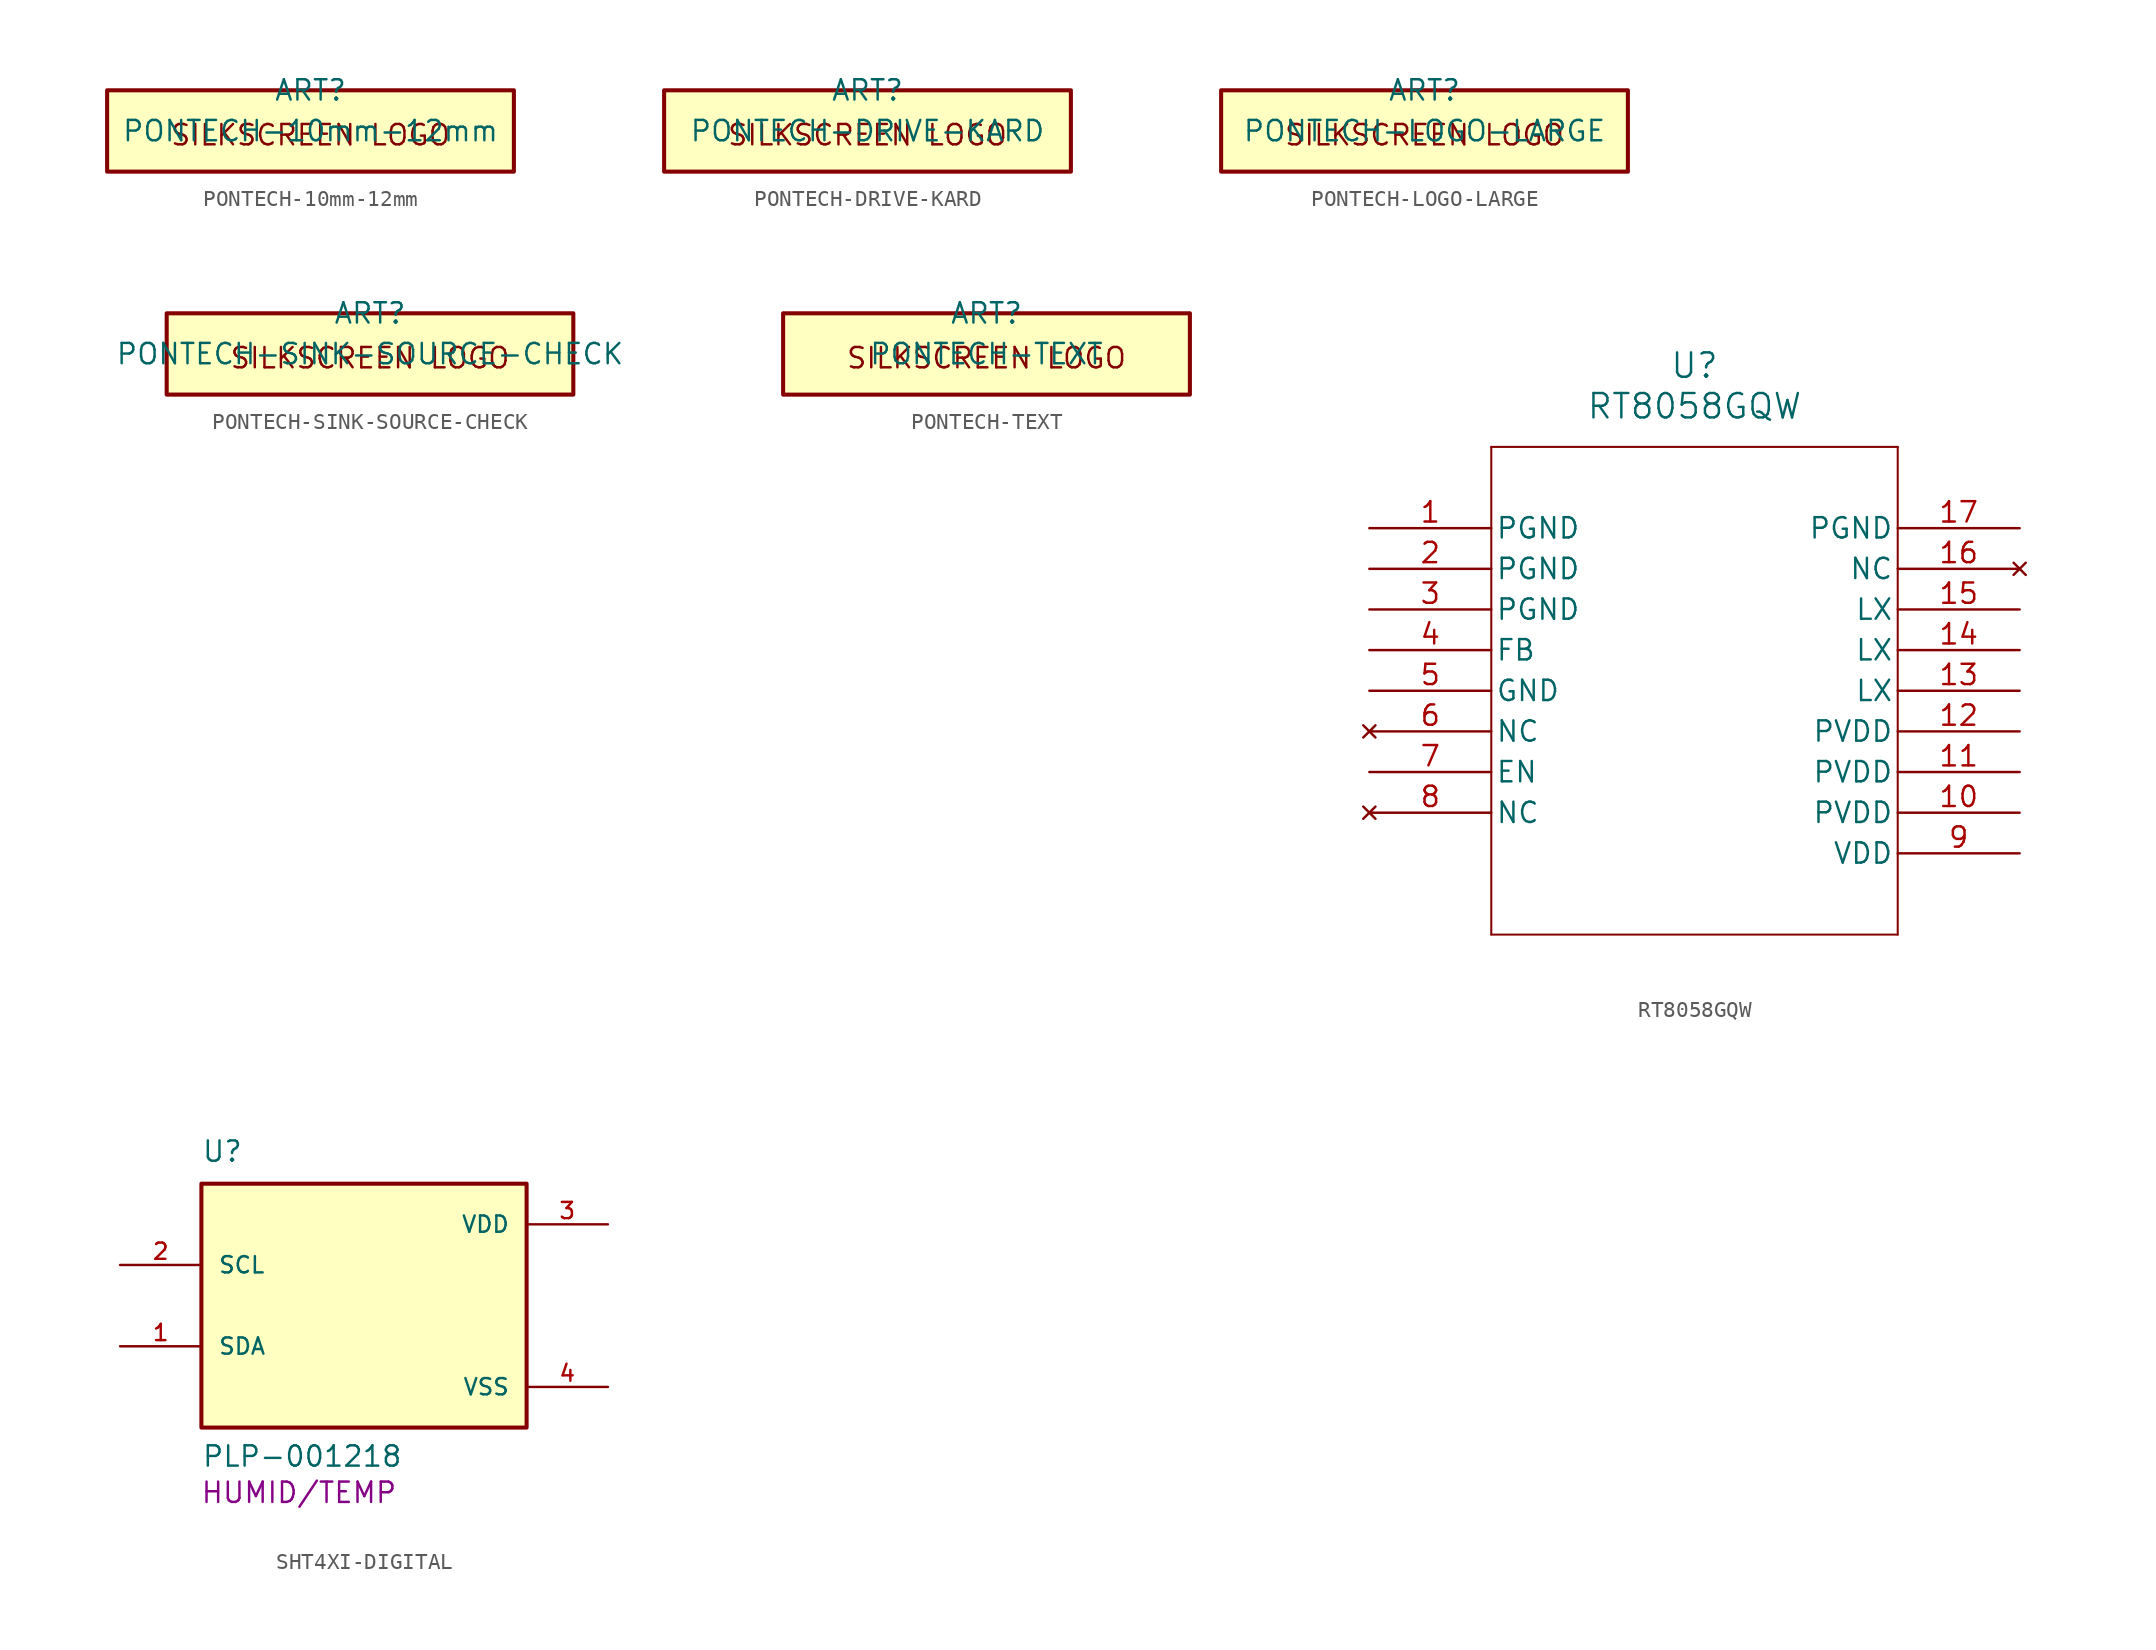
<source format=kicad_sym>
(kicad_symbol_lib
  (version 20241209)
  (generator "kicad_symbol_editor")
  (generator_version "9.0")
  (symbol "PONTECH-10mm-12mm"
    (pin_names
      (offset 1.016))
    (property "Reference" "ART"
      (at 0 2.54 0)
      (effects (font (size 1.27 1.27))))
    (property "Value" "PONTECH-10mm-12mm"
      (at 0 0 0)
      (effects (font (size 1.27 1.27))))
    (symbol "PONTECH-10mm-12mm_0_0"
      (rectangle (start -12.7 2.54) (end 12.7 -2.54) (stroke (width 0.254) (type default)) (fill (type background))))
    (symbol "PONTECH-10mm-12mm_1_1"
      (text "SILKSCREEN LOGO" (at 0 -0.254 0) (effects (font (size 1.27 1.27))))))
  (symbol "PONTECH-DRIVE-KARD"
    (pin_names
      (offset 1.016))
    (property "Reference" "ART"
      (at 0 2.54 0)
      (effects (font (size 1.27 1.27))))
    (property "Value" "PONTECH-DRIVE-KARD"
      (at 0 0 0)
      (effects (font (size 1.27 1.27))))
    (symbol "PONTECH-DRIVE-KARD_0_0"
      (rectangle (start -12.7 2.54) (end 12.7 -2.54) (stroke (width 0.254) (type default)) (fill (type background))))
    (symbol "PONTECH-DRIVE-KARD_1_1"
      (text "SILKSCREEN LOGO" (at 0 -0.254 0) (effects (font (size 1.27 1.27))))))
  (symbol "PONTECH-LOGO-LARGE"
    (pin_names
      (offset 1.016))
    (property "Reference" "ART"
      (at 0 2.54 0)
      (effects (font (size 1.27 1.27))))
    (property "Value" "PONTECH-LOGO-LARGE"
      (at 0 0 0)
      (effects (font (size 1.27 1.27))))
    (symbol "PONTECH-LOGO-LARGE_0_0"
      (rectangle (start -12.7 2.54) (end 12.7 -2.54) (stroke (width 0.254) (type default)) (fill (type background))))
    (symbol "PONTECH-LOGO-LARGE_1_1"
      (text "SILKSCREEN LOGO" (at 0 -0.254 0) (effects (font (size 1.27 1.27))))))
  (symbol "PONTECH-SINK-SOURCE-CHECK"
    (pin_names
      (offset 1.016))
    (property "Reference" "ART"
      (at 0 2.54 0)
      (effects (font (size 1.27 1.27))))
    (property "Value" "PONTECH-SINK-SOURCE-CHECK"
      (at 0 0 0)
      (effects (font (size 1.27 1.27))))
    (symbol "PONTECH-SINK-SOURCE-CHECK_0_0"
      (rectangle (start -12.7 2.54) (end 12.7 -2.54) (stroke (width 0.254) (type default)) (fill (type background))))
    (symbol "PONTECH-SINK-SOURCE-CHECK_1_1"
      (text "SILKSCREEN LOGO" (at 0 -0.254 0) (effects (font (size 1.27 1.27))))))
  (symbol "PONTECH-TEXT"
    (pin_names
      (offset 1.016))
    (property "Reference" "ART"
      (at 0 2.54 0)
      (effects (font (size 1.27 1.27))))
    (property "Value" "PONTECH-TEXT"
      (at 0 0 0)
      (effects (font (size 1.27 1.27))))
    (symbol "PONTECH-TEXT_0_0"
      (rectangle (start -12.7 2.54) (end 12.7 -2.54) (stroke (width 0.254) (type default)) (fill (type background))))
    (symbol "PONTECH-TEXT_1_1"
      (text "SILKSCREEN LOGO" (at 0 -0.254 0) (effects (font (size 1.27 1.27))))))
  (symbol "RT8058GQW"
    (pin_names
      (offset 0.254))
    (property "Reference" "U"
      (at 20.32 10.16 0)
      (effects (font (size 1.524 1.524))))
    (property "Value" "RT8058GQW"
      (at 20.32 7.62 0)
      (effects (font (size 1.524 1.524))))
    (property "ki_locked" ""
      (at 0 0 0)
      (effects (font (size 1.27 1.27))))
    (symbol "RT8058GQW_0_1"
      (polyline (pts (xy 7.62 5.08) (xy 7.62 -25.4)) (stroke (width 0.127) (type default)) (fill (type none)))
      (polyline (pts (xy 7.62 -25.4) (xy 33.02 -25.4)) (stroke (width 0.127) (type default)) (fill (type none)))
      (polyline (pts (xy 33.02 5.08) (xy 7.62 5.08)) (stroke (width 0.127) (type default)) (fill (type none)))
      (polyline (pts (xy 33.02 -25.4) (xy 33.02 5.08)) (stroke (width 0.127) (type default)) (fill (type none)))
      (pin power_out line (at 0 0 0) (length 7.62) (name "PGND" (effects (font (size 1.27 1.27)))) (number "1" (effects (font (size 1.27 1.27)))))
      (pin power_out line (at 0 -2.54 0) (length 7.62) (name "PGND" (effects (font (size 1.27 1.27)))) (number "2" (effects (font (size 1.27 1.27)))))
      (pin power_out line (at 0 -5.08 0) (length 7.62) (name "PGND" (effects (font (size 1.27 1.27)))) (number "3" (effects (font (size 1.27 1.27)))))
      (pin input line (at 0 -7.62 0) (length 7.62) (name "FB" (effects (font (size 1.27 1.27)))) (number "4" (effects (font (size 1.27 1.27)))))
      (pin power_out line (at 0 -10.16 0) (length 7.62) (name "GND" (effects (font (size 1.27 1.27)))) (number "5" (effects (font (size 1.27 1.27)))))
      (pin no_connect line (at 0 -12.7 0) (length 7.62) (name "NC" (effects (font (size 1.27 1.27)))) (number "6" (effects (font (size 1.27 1.27)))))
      (pin input line (at 0 -15.24 0) (length 7.62) (name "EN" (effects (font (size 1.27 1.27)))) (number "7" (effects (font (size 1.27 1.27)))))
      (pin no_connect line (at 0 -17.78 0) (length 7.62) (name "NC" (effects (font (size 1.27 1.27)))) (number "8" (effects (font (size 1.27 1.27)))))
      (pin power_out line (at 40.64 0 180) (length 7.62) (name "PGND" (effects (font (size 1.27 1.27)))) (number "17" (effects (font (size 1.27 1.27)))))
      (pin no_connect line (at 40.64 -2.54 180) (length 7.62) (name "NC" (effects (font (size 1.27 1.27)))) (number "16" (effects (font (size 1.27 1.27)))))
      (pin output line (at 40.64 -5.08 180) (length 7.62) (name "LX" (effects (font (size 1.27 1.27)))) (number "15" (effects (font (size 1.27 1.27)))))
      (pin output line (at 40.64 -7.62 180) (length 7.62) (name "LX" (effects (font (size 1.27 1.27)))) (number "14" (effects (font (size 1.27 1.27)))))
      (pin output line (at 40.64 -10.16 180) (length 7.62) (name "LX" (effects (font (size 1.27 1.27)))) (number "13" (effects (font (size 1.27 1.27)))))
      (pin power_in line (at 40.64 -12.7 180) (length 7.62) (name "PVDD" (effects (font (size 1.27 1.27)))) (number "12" (effects (font (size 1.27 1.27)))))
      (pin power_in line (at 40.64 -15.24 180) (length 7.62) (name "PVDD" (effects (font (size 1.27 1.27)))) (number "11" (effects (font (size 1.27 1.27)))))
      (pin power_in line (at 40.64 -17.78 180) (length 7.62) (name "PVDD" (effects (font (size 1.27 1.27)))) (number "10" (effects (font (size 1.27 1.27)))))
      (pin power_in line (at 40.64 -20.32 180) (length 7.62) (name "VDD" (effects (font (size 1.27 1.27)))) (number "9" (effects (font (size 1.27 1.27)))))))
  (symbol "SHT4XI-DIGITAL"
    (pin_names
      (offset 1.016))
    (property "Reference" "U"
      (at -10.16 8.89 0)
      (effects (font (size 1.27 1.27)) (justify left bottom)))
    (property "Value" "PLP-001218"
      (at -10.16 -10.16 0)
      (effects (font (size 1.27 1.27)) (justify left bottom)))
    (property "INFO" "HUMID/TEMP"
      (at -4.064 -11.684 0)
      (effects (font (size 1.27 1.27))))
    (symbol "SHT4XI-DIGITAL_0_0"
      (rectangle (start -10.16 -7.62) (end 10.16 7.62) (stroke (width 0.254) (type default)) (fill (type background)))
      (pin input line (at -15.24 2.54 0) (length 5.08) (name "SCL" (effects (font (size 1.016 1.016)))) (number "2" (effects (font (size 1.016 1.016)))))
      (pin bidirectional line (at -15.24 -2.54 0) (length 5.08) (name "SDA" (effects (font (size 1.016 1.016)))) (number "1" (effects (font (size 1.016 1.016)))))
      (pin power_in line (at 15.24 5.08 180) (length 5.08) (name "VDD" (effects (font (size 1.016 1.016)))) (number "3" (effects (font (size 1.016 1.016)))))
      (pin power_in line (at 15.24 -5.08 180) (length 5.08) (name "VSS" (effects (font (size 1.016 1.016)))) (number "4" (effects (font (size 1.016 1.016))))))))
</source>
